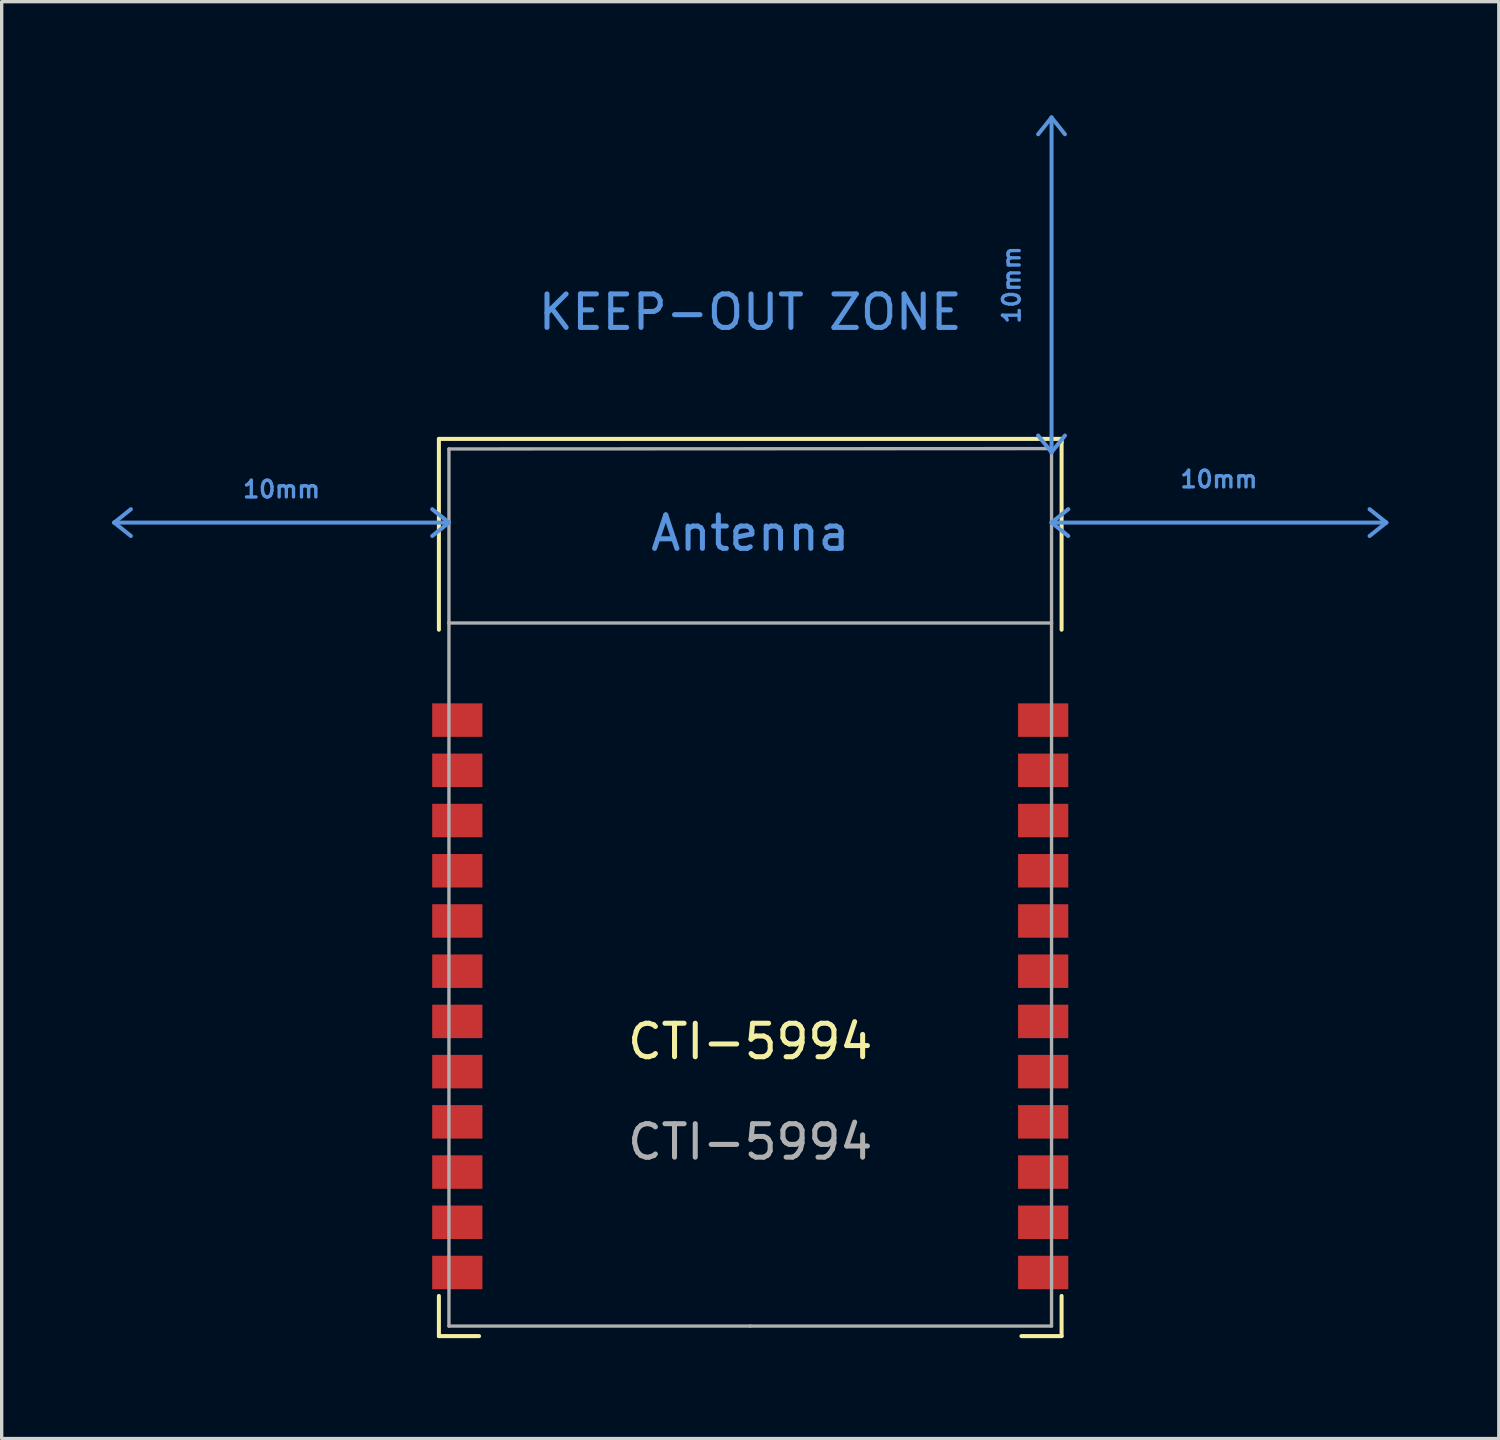
<source format=kicad_pcb>
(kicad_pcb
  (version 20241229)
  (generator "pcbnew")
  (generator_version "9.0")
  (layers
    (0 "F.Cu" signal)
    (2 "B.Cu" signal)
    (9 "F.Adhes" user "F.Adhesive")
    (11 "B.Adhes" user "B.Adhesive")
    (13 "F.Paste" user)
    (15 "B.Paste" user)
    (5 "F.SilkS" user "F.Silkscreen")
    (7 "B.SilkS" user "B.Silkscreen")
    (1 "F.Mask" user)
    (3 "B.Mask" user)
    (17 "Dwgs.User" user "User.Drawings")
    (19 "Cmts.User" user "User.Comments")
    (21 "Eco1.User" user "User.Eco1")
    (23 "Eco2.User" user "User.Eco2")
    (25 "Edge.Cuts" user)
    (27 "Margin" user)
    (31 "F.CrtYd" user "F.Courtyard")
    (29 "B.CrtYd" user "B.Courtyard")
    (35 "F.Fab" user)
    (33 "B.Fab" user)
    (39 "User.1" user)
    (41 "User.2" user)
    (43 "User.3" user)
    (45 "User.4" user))
  (footprint "CTI-5994"
    (layer "F.Cu")
    (at 19.36 28.56)
    (property "Reference" "CTI-5994" (at 0 -0.5 0) (unlocked yes) (layer "F.SilkS") (effects (font (size 1 1) (thickness 0.15))))
    (attr smd)
    (fp_line (start -9.3 -18.5) (end -9.3 -12.8) (stroke (width 0.12) (type default)) (layer "F.SilkS"))
    (fp_line (start -9.3 7.1) (end -9.3 8.3) (stroke (width 0.12) (type default)) (layer "F.SilkS"))
    (fp_line (start -8.1 8.3) (end -9.3 8.3) (stroke (width 0.12) (type default)) (layer "F.SilkS"))
    (fp_line (start 8.1 8.3) (end 9.3 8.3) (stroke (width 0.12) (type default)) (layer "F.SilkS"))
    (fp_line (start 9.3 -18.5) (end -9.3 -18.5) (stroke (width 0.12) (type default)) (layer "F.SilkS"))
    (fp_line (start 9.3 -18.4) (end 9.3 -18.5) (stroke (width 0.12) (type default)) (layer "F.SilkS"))
    (fp_line (start 9.3 -12.8) (end 9.3 -18.4) (stroke (width 0.12) (type default)) (layer "F.SilkS"))
    (fp_line (start 9.3 7.1) (end 9.3 8.3) (stroke (width 0.12) (type default)) (layer "F.SilkS"))
    (fp_line (start -19 -16) (end -18.5 -16.4) (stroke (width 0.12) (type default)) (layer "Cmts.User"))
    (fp_line (start -19 -16) (end -18.5 -15.6) (stroke (width 0.12) (type default)) (layer "Cmts.User"))
    (fp_line (start -9 -16) (end -19 -16) (stroke (width 0.12) (type default)) (layer "Cmts.User"))
    (fp_line (start -9 -16) (end -9.5 -16.4) (stroke (width 0.12) (type default)) (layer "Cmts.User"))
    (fp_line (start -9 -16) (end -9.5 -15.6) (stroke (width 0.12) (type default)) (layer "Cmts.User"))
    (fp_line (start 9 -28.1) (end 8.6 -27.6) (stroke (width 0.12) (type default)) (layer "Cmts.User"))
    (fp_line (start 9 -28.1) (end 9.4 -27.6) (stroke (width 0.12) (type default)) (layer "Cmts.User"))
    (fp_line (start 9 -18.1) (end 8.6 -18.6) (stroke (width 0.12) (type default)) (layer "Cmts.User"))
    (fp_line (start 9 -18.1) (end 9 -28.1) (stroke (width 0.12) (type default)) (layer "Cmts.User"))
    (fp_line (start 9 -18.1) (end 9.4 -18.6) (stroke (width 0.12) (type default)) (layer "Cmts.User"))
    (fp_line (start 9 -16) (end 9.5 -16.4) (stroke (width 0.12) (type default)) (layer "Cmts.User"))
    (fp_line (start 9 -16) (end 9.5 -15.6) (stroke (width 0.12) (type default)) (layer "Cmts.User"))
    (fp_line (start 9 -16) (end 19 -16) (stroke (width 0.12) (type default)) (layer "Cmts.User"))
    (fp_line (start 19 -16) (end 18.5 -16.4) (stroke (width 0.12) (type default)) (layer "Cmts.User"))
    (fp_line (start 19 -16) (end 18.5 -15.6) (stroke (width 0.12) (type default)) (layer "Cmts.User"))
    (fp_line (start -19.3 -28.5) (end 19.3 -28.5) (stroke (width 0.12) (type default)) (layer "Margin"))
    (fp_line (start -19.3 -12.7) (end -19.3 -28.5) (stroke (width 0.12) (type default)) (layer "Margin"))
    (fp_line (start -10 -12.7) (end -19.3 -12.7) (stroke (width 0.12) (type default)) (layer "Margin"))
    (fp_line (start 10 -12.7) (end -10 -12.7) (stroke (width 0.12) (type default)) (layer "Margin"))
    (fp_line (start 19.3 -28.5) (end 19.3 -12.7) (stroke (width 0.12) (type default)) (layer "Margin"))
    (fp_line (start 19.3 -12.7) (end 10 -12.7) (stroke (width 0.12) (type default)) (layer "Margin"))
    (fp_line (start -9 -18.2) (end 9 -18.21) (stroke (width 0.1) (type default)) (layer "F.Fab"))
    (fp_line (start -9 -13) (end -9 -18.2) (stroke (width 0.1) (type default)) (layer "F.Fab"))
    (fp_line (start -9 -13) (end 9 -13) (stroke (width 0.1) (type default)) (layer "F.Fab"))
    (fp_line (start -9 8) (end -9 -13) (stroke (width 0.1) (type default)) (layer "F.Fab"))
    (fp_line (start 0 8) (end -9 8) (stroke (width 0.1) (type default)) (layer "F.Fab"))
    (fp_line (start 9 -18.21) (end 9 -13) (stroke (width 0.1) (type default)) (layer "F.Fab"))
    (fp_line (start 9 -13) (end 9 8) (stroke (width 0.1) (type default)) (layer "F.Fab"))
    (fp_line (start 9 8) (end 0 8) (stroke (width 0.1) (type default)) (layer "F.Fab"))
    (fp_line (start -9.5 -13) (end -9 -13) (stroke (width 0.12) (type default)) (layer "User.2"))
    (fp_line (start -9 8) (end -9.5 8) (stroke (width 0.12) (type default)) (layer "User.2"))
    (fp_text user "KEEP-OUT ZONE" (at 0 -21.7 0) (unlocked yes) (layer "Cmts.User") (effects (font (size 1 1) (thickness 0.15)) (justify bottom)))
    (fp_text user "Antenna" (at 0 -15.1 0) (unlocked yes) (layer "Cmts.User") (effects (font (size 1 1) (thickness 0.15)) (justify bottom)))
    (fp_text user "10mm" (at -14 -16.7 0) (unlocked yes) (layer "Cmts.User") (effects (font (size 0.5 0.5) (thickness 0.1)) (justify bottom)))
    (fp_text user "10mm" (at 14 -17 0) (unlocked yes) (layer "Cmts.User") (effects (font (size 0.5 0.5) (thickness 0.1)) (justify bottom)))
    (fp_text user "10mm" (at 8.1 -23.1 90) (unlocked yes) (layer "Cmts.User") (effects (font (size 0.5 0.5) (thickness 0.1)) (justify bottom)))
    (fp_text user "${REFERENCE}" (at 0 2.5 0) (unlocked yes) (layer "F.Fab") (effects (font (size 1 1) (thickness 0.15))))
    (pad "1" smd rect (at -8.75 -10.1) (size 1.5 1) (layers "F.Cu" "F.Mask" "F.Paste"))
    (pad "2" smd rect (at -8.75 -8.6) (size 1.5 1) (layers "F.Cu" "F.Mask" "F.Paste"))
    (pad "3" smd rect (at -8.75 -7.1) (size 1.5 1) (layers "F.Cu" "F.Mask" "F.Paste"))
    (pad "4" smd rect (at -8.75 -5.6) (size 1.5 1) (layers "F.Cu" "F.Mask" "F.Paste"))
    (pad "5" smd rect (at -8.75 -4.1) (size 1.5 1) (layers "F.Cu" "F.Mask" "F.Paste"))
    (pad "6" smd rect (at -8.75 -2.6) (size 1.5 1) (layers "F.Cu" "F.Mask" "F.Paste"))
    (pad "7" smd rect (at -8.75 -1.1) (size 1.5 1) (layers "F.Cu" "F.Mask" "F.Paste"))
    (pad "8" smd rect (at -8.75 0.4) (size 1.5 1) (layers "F.Cu" "F.Mask" "F.Paste"))
    (pad "9" smd rect (at -8.75 1.9) (size 1.5 1) (layers "F.Cu" "F.Mask" "F.Paste"))
    (pad "10" smd rect (at -8.75 3.4) (size 1.5 1) (layers "F.Cu" "F.Mask" "F.Paste"))
    (pad "11" smd rect (at -8.75 4.9) (size 1.5 1) (layers "F.Cu" "F.Mask" "F.Paste"))
    (pad "12" smd rect (at -8.75 6.4) (size 1.5 1) (layers "F.Cu" "F.Mask" "F.Paste"))
    (pad "13" smd rect (at 8.75 6.4) (size 1.5 1) (layers "F.Cu" "F.Mask" "F.Paste"))
    (pad "14" smd rect (at 8.75 4.9) (size 1.5 1) (layers "F.Cu" "F.Mask" "F.Paste"))
    (pad "15" smd rect (at 8.75 3.4) (size 1.5 1) (layers "F.Cu" "F.Mask" "F.Paste"))
    (pad "16" smd rect (at 8.75 1.9) (size 1.5 1) (layers "F.Cu" "F.Mask" "F.Paste"))
    (pad "17" smd rect (at 8.75 0.4) (size 1.5 1) (layers "F.Cu" "F.Mask" "F.Paste"))
    (pad "18" smd rect (at 8.75 -1.1) (size 1.5 1) (layers "F.Cu" "F.Mask" "F.Paste"))
    (pad "19" smd rect (at 8.75 -2.6) (size 1.5 1) (layers "F.Cu" "F.Mask" "F.Paste"))
    (pad "20" smd rect (at 8.75 -4.1) (size 1.5 1) (layers "F.Cu" "F.Mask" "F.Paste"))
    (pad "21" smd rect (at 8.75 -5.6) (size 1.5 1) (layers "F.Cu" "F.Mask" "F.Paste"))
    (pad "22" smd rect (at 8.75 -7.1) (size 1.5 1) (layers "F.Cu" "F.Mask" "F.Paste"))
    (pad "23" smd rect (at 8.75 -8.6) (size 1.5 1) (layers "F.Cu" "F.Mask" "F.Paste"))
    (pad "24" smd rect (at 8.75 -10.1) (size 1.5 1) (layers "F.Cu" "F.Mask" "F.Paste"))
    (zone (net_name "") (layer "F.Cu") (name "Antenna Zone") (hatch full 0.5) (connect_pads) (min_thickness 0.25) (filled_areas_thickness no) (keepout (tracks not_allowed) (vias not_allowed) (pads not_allowed) (copperpour not_allowed) (footprints not_allowed)) (placement (enabled no)) (fill) (polygon (pts (xy 38.36 15.56) (xy 38.36 0.36) (xy 0.36 0.36) (xy 0.36 15.56)))))
  (gr_rect
    (start -3 -3)
    (end 41.72 39.92)
    (stroke (width 0.1) (type default))
    (fill no)
    (layer "Edge.Cuts")))
</source>
